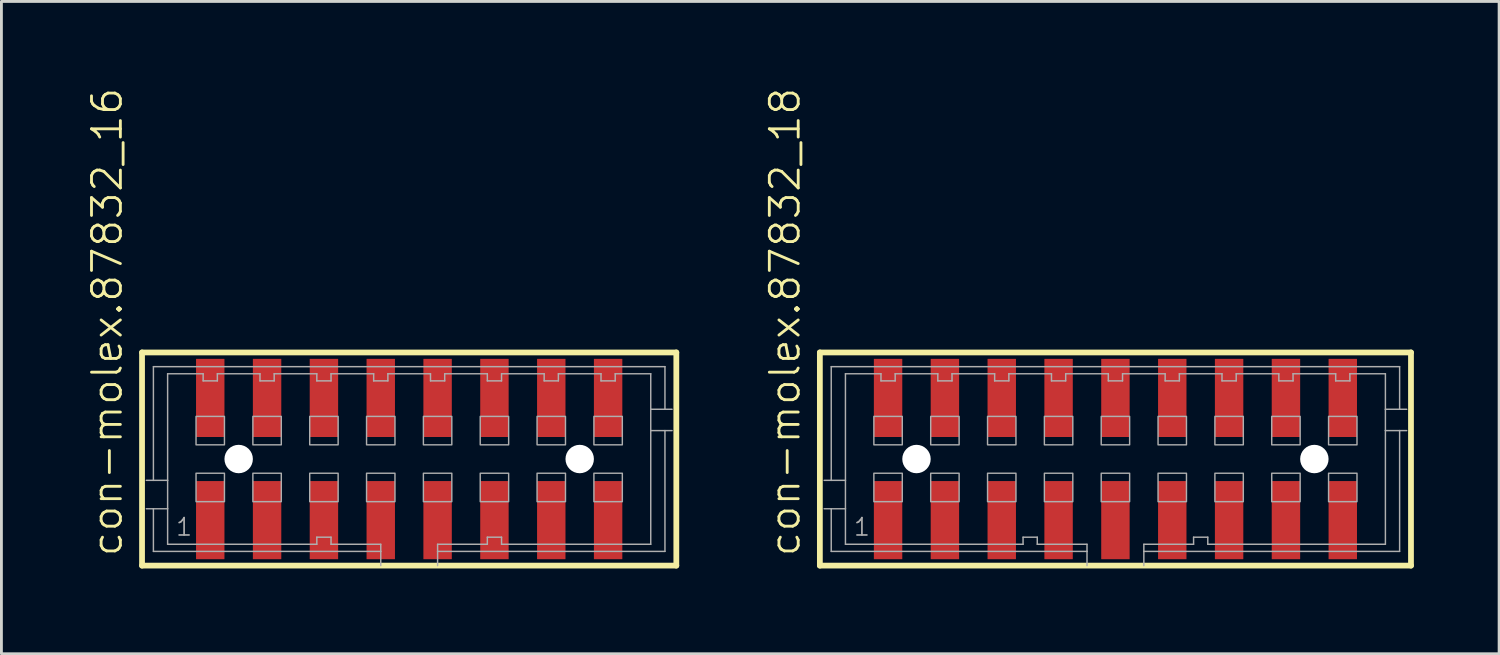
<source format=kicad_pcb>
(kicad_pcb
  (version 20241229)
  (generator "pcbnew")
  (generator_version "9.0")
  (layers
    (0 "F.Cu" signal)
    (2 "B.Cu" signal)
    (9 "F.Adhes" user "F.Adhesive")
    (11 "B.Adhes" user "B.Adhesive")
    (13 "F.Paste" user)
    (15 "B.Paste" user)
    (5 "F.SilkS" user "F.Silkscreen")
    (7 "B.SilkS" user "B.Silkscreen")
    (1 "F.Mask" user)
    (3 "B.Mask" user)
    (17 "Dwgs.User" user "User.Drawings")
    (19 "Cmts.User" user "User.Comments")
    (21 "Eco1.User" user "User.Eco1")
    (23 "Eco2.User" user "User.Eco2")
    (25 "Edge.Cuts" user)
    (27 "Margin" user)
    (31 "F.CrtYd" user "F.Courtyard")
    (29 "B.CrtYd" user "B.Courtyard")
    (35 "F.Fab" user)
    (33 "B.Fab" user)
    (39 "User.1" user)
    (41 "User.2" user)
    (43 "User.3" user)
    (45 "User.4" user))
  (footprint "con-molex.87832_16"
    (layer "F.Cu")
    (at 11.348 13.102)
    (property "Reference" "con-molex.87832_16" (at -10.033 3.493 90) (layer "F.SilkS") (effects (font (size 1.016 1.016) (thickness 0.1)) (justify left bottom)))
    (attr smd)
    (fp_line (start -9.4 -3.75) (end 9.4 -3.75) (stroke (width 0.203) (type default)) (layer "F.SilkS"))
    (fp_line (start -9.4 3.75) (end -9.4 -3.75) (stroke (width 0.203) (type default)) (layer "F.SilkS"))
    (fp_line (start 9.4 -3.75) (end 9.4 3.75) (stroke (width 0.203) (type default)) (layer "F.SilkS"))
    (fp_line (start 9.4 3.75) (end -9.4 3.75) (stroke (width 0.203) (type default)) (layer "F.SilkS"))
    (fp_line (start -9 -3.25) (end 9 -3.25) (stroke (width 0.051) (type default)) (layer "F.Fab"))
    (fp_line (start -9 0.75) (end -9.25 0.75) (stroke (width 0.051) (type default)) (layer "F.Fab"))
    (fp_line (start -9 0.75) (end -9 -3.25) (stroke (width 0.051) (type default)) (layer "F.Fab"))
    (fp_line (start -9 1.75) (end -9.25 1.75) (stroke (width 0.051) (type default)) (layer "F.Fab"))
    (fp_line (start -9 3.25) (end -9 1.75) (stroke (width 0.051) (type default)) (layer "F.Fab"))
    (fp_line (start -8.5 -3) (end -8.5 0.75) (stroke (width 0.051) (type default)) (layer "F.Fab"))
    (fp_line (start -8.5 0.75) (end -9 0.75) (stroke (width 0.051) (type default)) (layer "F.Fab"))
    (fp_line (start -8.5 0.75) (end -8.5 1.75) (stroke (width 0.051) (type default)) (layer "F.Fab"))
    (fp_line (start -8.5 1.75) (end -9 1.75) (stroke (width 0.051) (type default)) (layer "F.Fab"))
    (fp_line (start -8.5 1.75) (end -8.5 3) (stroke (width 0.051) (type default)) (layer "F.Fab"))
    (fp_line (start -8.5 3) (end -3.25 3) (stroke (width 0.051) (type default)) (layer "F.Fab"))
    (fp_line (start -7.25 -3) (end -8.5 -3) (stroke (width 0.051) (type default)) (layer "F.Fab"))
    (fp_line (start -7.25 -2.75) (end -7.25 -3) (stroke (width 0.051) (type default)) (layer "F.Fab"))
    (fp_line (start -6.75 -3) (end -6.75 -2.75) (stroke (width 0.051) (type default)) (layer "F.Fab"))
    (fp_line (start -6.75 -2.75) (end -7.25 -2.75) (stroke (width 0.051) (type default)) (layer "F.Fab"))
    (fp_line (start -5.25 -3) (end -6.75 -3) (stroke (width 0.051) (type default)) (layer "F.Fab"))
    (fp_line (start -5.25 -2.75) (end -5.25 -3) (stroke (width 0.051) (type default)) (layer "F.Fab"))
    (fp_line (start -4.75 -3) (end -4.75 -2.75) (stroke (width 0.051) (type default)) (layer "F.Fab"))
    (fp_line (start -4.75 -2.75) (end -5.25 -2.75) (stroke (width 0.051) (type default)) (layer "F.Fab"))
    (fp_line (start -3.25 -3) (end -4.75 -3) (stroke (width 0.051) (type default)) (layer "F.Fab"))
    (fp_line (start -3.25 -2.75) (end -3.25 -3) (stroke (width 0.051) (type default)) (layer "F.Fab"))
    (fp_line (start -3.25 2.75) (end -2.75 2.75) (stroke (width 0.051) (type default)) (layer "F.Fab"))
    (fp_line (start -3.25 3) (end -3.25 2.75) (stroke (width 0.051) (type default)) (layer "F.Fab"))
    (fp_line (start -2.75 -3) (end -2.75 -2.75) (stroke (width 0.051) (type default)) (layer "F.Fab"))
    (fp_line (start -2.75 -2.75) (end -3.25 -2.75) (stroke (width 0.051) (type default)) (layer "F.Fab"))
    (fp_line (start -2.75 2.75) (end -2.75 3) (stroke (width 0.051) (type default)) (layer "F.Fab"))
    (fp_line (start -2.75 3) (end -1 3) (stroke (width 0.051) (type default)) (layer "F.Fab"))
    (fp_line (start -1.25 -3) (end -2.75 -3) (stroke (width 0.051) (type default)) (layer "F.Fab"))
    (fp_line (start -1.25 -2.75) (end -1.25 -3) (stroke (width 0.051) (type default)) (layer "F.Fab"))
    (fp_line (start -1 3) (end -1 3.25) (stroke (width 0.051) (type default)) (layer "F.Fab"))
    (fp_line (start -1 3.25) (end -9 3.25) (stroke (width 0.051) (type default)) (layer "F.Fab"))
    (fp_line (start -1 3.25) (end -1 3.75) (stroke (width 0.051) (type default)) (layer "F.Fab"))
    (fp_line (start -0.75 -3) (end -0.75 -2.75) (stroke (width 0.051) (type default)) (layer "F.Fab"))
    (fp_line (start -0.75 -2.75) (end -1.25 -2.75) (stroke (width 0.051) (type default)) (layer "F.Fab"))
    (fp_line (start 0.75 -3) (end -0.75 -3) (stroke (width 0.051) (type default)) (layer "F.Fab"))
    (fp_line (start 0.75 -2.75) (end 0.75 -3) (stroke (width 0.051) (type default)) (layer "F.Fab"))
    (fp_line (start 1 3) (end 2.75 3) (stroke (width 0.051) (type default)) (layer "F.Fab"))
    (fp_line (start 1 3.25) (end 1 3) (stroke (width 0.051) (type default)) (layer "F.Fab"))
    (fp_line (start 1 3.75) (end 1 3.25) (stroke (width 0.051) (type default)) (layer "F.Fab"))
    (fp_line (start 1.25 -3) (end 1.25 -2.75) (stroke (width 0.051) (type default)) (layer "F.Fab"))
    (fp_line (start 1.25 -2.75) (end 0.75 -2.75) (stroke (width 0.051) (type default)) (layer "F.Fab"))
    (fp_line (start 2.75 -3) (end 1.25 -3) (stroke (width 0.051) (type default)) (layer "F.Fab"))
    (fp_line (start 2.75 -2.75) (end 2.75 -3) (stroke (width 0.051) (type default)) (layer "F.Fab"))
    (fp_line (start 2.75 2.75) (end 3.25 2.75) (stroke (width 0.051) (type default)) (layer "F.Fab"))
    (fp_line (start 2.75 3) (end 2.75 2.75) (stroke (width 0.051) (type default)) (layer "F.Fab"))
    (fp_line (start 3.25 -3) (end 3.25 -2.75) (stroke (width 0.051) (type default)) (layer "F.Fab"))
    (fp_line (start 3.25 -2.75) (end 2.75 -2.75) (stroke (width 0.051) (type default)) (layer "F.Fab"))
    (fp_line (start 3.25 2.75) (end 3.25 3) (stroke (width 0.051) (type default)) (layer "F.Fab"))
    (fp_line (start 3.25 3) (end 8.5 3) (stroke (width 0.051) (type default)) (layer "F.Fab"))
    (fp_line (start 4.75 -3) (end 3.25 -3) (stroke (width 0.051) (type default)) (layer "F.Fab"))
    (fp_line (start 4.75 -2.75) (end 4.75 -3) (stroke (width 0.051) (type default)) (layer "F.Fab"))
    (fp_line (start 5.25 -3) (end 5.25 -2.75) (stroke (width 0.051) (type default)) (layer "F.Fab"))
    (fp_line (start 5.25 -2.75) (end 4.75 -2.75) (stroke (width 0.051) (type default)) (layer "F.Fab"))
    (fp_line (start 6.75 -3) (end 5.25 -3) (stroke (width 0.051) (type default)) (layer "F.Fab"))
    (fp_line (start 6.75 -2.75) (end 6.75 -3) (stroke (width 0.051) (type default)) (layer "F.Fab"))
    (fp_line (start 7.25 -3) (end 7.25 -2.75) (stroke (width 0.051) (type default)) (layer "F.Fab"))
    (fp_line (start 7.25 -2.75) (end 6.75 -2.75) (stroke (width 0.051) (type default)) (layer "F.Fab"))
    (fp_line (start 8.5 -3) (end 7.25 -3) (stroke (width 0.051) (type default)) (layer "F.Fab"))
    (fp_line (start 8.5 -1.75) (end 8.5 -3) (stroke (width 0.051) (type default)) (layer "F.Fab"))
    (fp_line (start 8.5 -1.75) (end 9 -1.75) (stroke (width 0.051) (type default)) (layer "F.Fab"))
    (fp_line (start 8.5 -1) (end 8.5 -1.75) (stroke (width 0.051) (type default)) (layer "F.Fab"))
    (fp_line (start 8.5 -1) (end 9 -1) (stroke (width 0.051) (type default)) (layer "F.Fab"))
    (fp_line (start 8.5 3) (end 8.5 -1) (stroke (width 0.051) (type default)) (layer "F.Fab"))
    (fp_line (start 9 -3.25) (end 9 -1.75) (stroke (width 0.051) (type default)) (layer "F.Fab"))
    (fp_line (start 9 -1.75) (end 9.25 -1.75) (stroke (width 0.051) (type default)) (layer "F.Fab"))
    (fp_line (start 9 -1) (end 9 3.25) (stroke (width 0.051) (type default)) (layer "F.Fab"))
    (fp_line (start 9 -1) (end 9.25 -1) (stroke (width 0.051) (type default)) (layer "F.Fab"))
    (fp_line (start 9 3.25) (end 1 3.25) (stroke (width 0.051) (type default)) (layer "F.Fab"))
    (fp_rect (start -7.5 -0.5) (end -6.5 -1.5) (stroke (width 0.05) (type default)) (fill no) (layer "F.Fab"))
    (fp_rect (start -7.5 1.5) (end -6.5 0.5) (stroke (width 0.05) (type default)) (fill no) (layer "F.Fab"))
    (fp_rect (start -5.5 -0.5) (end -4.5 -1.5) (stroke (width 0.05) (type default)) (fill no) (layer "F.Fab"))
    (fp_rect (start -5.5 1.5) (end -4.5 0.5) (stroke (width 0.05) (type default)) (fill no) (layer "F.Fab"))
    (fp_rect (start -3.5 -0.5) (end -2.5 -1.5) (stroke (width 0.05) (type default)) (fill no) (layer "F.Fab"))
    (fp_rect (start -3.5 1.5) (end -2.5 0.5) (stroke (width 0.05) (type default)) (fill no) (layer "F.Fab"))
    (fp_rect (start -1.5 -0.5) (end -0.5 -1.5) (stroke (width 0.05) (type default)) (fill no) (layer "F.Fab"))
    (fp_rect (start -1.5 1.5) (end -0.5 0.5) (stroke (width 0.05) (type default)) (fill no) (layer "F.Fab"))
    (fp_rect (start 0.5 -0.5) (end 1.5 -1.5) (stroke (width 0.05) (type default)) (fill no) (layer "F.Fab"))
    (fp_rect (start 0.5 1.5) (end 1.5 0.5) (stroke (width 0.05) (type default)) (fill no) (layer "F.Fab"))
    (fp_rect (start 2.5 -0.5) (end 3.5 -1.5) (stroke (width 0.05) (type default)) (fill no) (layer "F.Fab"))
    (fp_rect (start 2.5 1.5) (end 3.5 0.5) (stroke (width 0.05) (type default)) (fill no) (layer "F.Fab"))
    (fp_rect (start 4.5 -0.5) (end 5.5 -1.5) (stroke (width 0.05) (type default)) (fill no) (layer "F.Fab"))
    (fp_rect (start 4.5 1.5) (end 5.5 0.5) (stroke (width 0.05) (type default)) (fill no) (layer "F.Fab"))
    (fp_rect (start 6.5 -0.5) (end 7.5 -1.5) (stroke (width 0.05) (type default)) (fill no) (layer "F.Fab"))
    (fp_rect (start 6.5 1.5) (end 7.5 0.5) (stroke (width 0.05) (type default)) (fill no) (layer "F.Fab"))
    (fp_text user "1" (at -8.25 2.75 0) (layer "F.Fab") (effects (font (size 0.61 0.61) (thickness 0.06)) (justify left bottom)))
    (pad "" np_thru_hole circle (at -6 0) (size 1 1) (drill 1) (layers "*.Cu" "*.Mask"))
    (pad "" np_thru_hole circle (at 6 0) (size 1 1) (drill 1) (layers "*.Cu" "*.Mask"))
    (pad "1" smd roundrect (at -7 2.15) (size 1 2.75) (layers "F.Cu" "F.Mask" "F.Paste") (roundrect_rratio 0.01))
    (pad "2" smd roundrect (at -7 -2.15) (size 1 2.75) (layers "F.Cu" "F.Mask" "F.Paste") (roundrect_rratio 0.01))
    (pad "3" smd roundrect (at -5 2.15) (size 1 2.75) (layers "F.Cu" "F.Mask" "F.Paste") (roundrect_rratio 0.01))
    (pad "4" smd roundrect (at -5 -2.15) (size 1 2.75) (layers "F.Cu" "F.Mask" "F.Paste") (roundrect_rratio 0.01))
    (pad "5" smd roundrect (at -3 2.15) (size 1 2.75) (layers "F.Cu" "F.Mask" "F.Paste") (roundrect_rratio 0.01))
    (pad "6" smd roundrect (at -3 -2.15) (size 1 2.75) (layers "F.Cu" "F.Mask" "F.Paste") (roundrect_rratio 0.01))
    (pad "7" smd roundrect (at -1 2.15) (size 1 2.75) (layers "F.Cu" "F.Mask" "F.Paste") (roundrect_rratio 0.01))
    (pad "8" smd roundrect (at -1 -2.15) (size 1 2.75) (layers "F.Cu" "F.Mask" "F.Paste") (roundrect_rratio 0.01))
    (pad "9" smd roundrect (at 1 2.15 180) (size 1 2.75) (layers "F.Cu" "F.Mask" "F.Paste") (roundrect_rratio 0.01))
    (pad "10" smd roundrect (at 1 -2.15 180) (size 1 2.75) (layers "F.Cu" "F.Mask" "F.Paste") (roundrect_rratio 0.01))
    (pad "11" smd roundrect (at 3 2.15) (size 1 2.75) (layers "F.Cu" "F.Mask" "F.Paste") (roundrect_rratio 0.01))
    (pad "12" smd roundrect (at 3 -2.15) (size 1 2.75) (layers "F.Cu" "F.Mask" "F.Paste") (roundrect_rratio 0.01))
    (pad "13" smd roundrect (at 5 2.15) (size 1 2.75) (layers "F.Cu" "F.Mask" "F.Paste") (roundrect_rratio 0.01))
    (pad "14" smd roundrect (at 5 -2.15) (size 1 2.75) (layers "F.Cu" "F.Mask" "F.Paste") (roundrect_rratio 0.01))
    (pad "15" smd roundrect (at 7 2.15 180) (size 1 2.75) (layers "F.Cu" "F.Mask" "F.Paste") (roundrect_rratio 0.01))
    (pad "16" smd roundrect (at 7 -2.15) (size 1 2.75) (layers "F.Cu" "F.Mask" "F.Paste") (roundrect_rratio 0.01)))
  (footprint "con-molex.87832_18"
    (layer "F.Cu")
    (at 36.199 13.102)
    (property "Reference" "con-molex.87832_18" (at -11.033 3.493 90) (layer "F.SilkS") (effects (font (size 1.016 1.016) (thickness 0.1)) (justify left bottom)))
    (attr smd)
    (fp_line (start -10.4 -3.75) (end 10.4 -3.75) (stroke (width 0.203) (type default)) (layer "F.SilkS"))
    (fp_line (start -10.4 3.75) (end -10.4 -3.75) (stroke (width 0.203) (type default)) (layer "F.SilkS"))
    (fp_line (start 10.4 -3.75) (end 10.4 3.75) (stroke (width 0.203) (type default)) (layer "F.SilkS"))
    (fp_line (start 10.4 3.75) (end -10.4 3.75) (stroke (width 0.203) (type default)) (layer "F.SilkS"))
    (fp_line (start -10 -3.25) (end 10 -3.25) (stroke (width 0.051) (type default)) (layer "F.Fab"))
    (fp_line (start -10 0.75) (end -10.25 0.75) (stroke (width 0.051) (type default)) (layer "F.Fab"))
    (fp_line (start -10 0.75) (end -10 -3.25) (stroke (width 0.051) (type default)) (layer "F.Fab"))
    (fp_line (start -10 1.75) (end -10.25 1.75) (stroke (width 0.051) (type default)) (layer "F.Fab"))
    (fp_line (start -10 3.25) (end -10 1.75) (stroke (width 0.051) (type default)) (layer "F.Fab"))
    (fp_line (start -9.5 -3) (end -9.5 0.75) (stroke (width 0.051) (type default)) (layer "F.Fab"))
    (fp_line (start -9.5 0.75) (end -10 0.75) (stroke (width 0.051) (type default)) (layer "F.Fab"))
    (fp_line (start -9.5 0.75) (end -9.5 1.75) (stroke (width 0.051) (type default)) (layer "F.Fab"))
    (fp_line (start -9.5 1.75) (end -10 1.75) (stroke (width 0.051) (type default)) (layer "F.Fab"))
    (fp_line (start -9.5 1.75) (end -9.5 3) (stroke (width 0.051) (type default)) (layer "F.Fab"))
    (fp_line (start -9.5 3) (end -3.25 3) (stroke (width 0.051) (type default)) (layer "F.Fab"))
    (fp_line (start -8.25 -3) (end -9.5 -3) (stroke (width 0.051) (type default)) (layer "F.Fab"))
    (fp_line (start -8.25 -2.75) (end -8.25 -3) (stroke (width 0.051) (type default)) (layer "F.Fab"))
    (fp_line (start -7.75 -3) (end -7.75 -2.75) (stroke (width 0.051) (type default)) (layer "F.Fab"))
    (fp_line (start -7.75 -2.75) (end -8.25 -2.75) (stroke (width 0.051) (type default)) (layer "F.Fab"))
    (fp_line (start -6.25 -3) (end -7.75 -3) (stroke (width 0.051) (type default)) (layer "F.Fab"))
    (fp_line (start -6.25 -2.75) (end -6.25 -3) (stroke (width 0.051) (type default)) (layer "F.Fab"))
    (fp_line (start -5.75 -3) (end -5.75 -2.75) (stroke (width 0.051) (type default)) (layer "F.Fab"))
    (fp_line (start -5.75 -2.75) (end -6.25 -2.75) (stroke (width 0.051) (type default)) (layer "F.Fab"))
    (fp_line (start -4.25 -3) (end -5.75 -3) (stroke (width 0.051) (type default)) (layer "F.Fab"))
    (fp_line (start -4.25 -2.75) (end -4.25 -3) (stroke (width 0.051) (type default)) (layer "F.Fab"))
    (fp_line (start -3.75 -3) (end -3.75 -2.75) (stroke (width 0.051) (type default)) (layer "F.Fab"))
    (fp_line (start -3.75 -2.75) (end -4.25 -2.75) (stroke (width 0.051) (type default)) (layer "F.Fab"))
    (fp_line (start -3.25 2.75) (end -2.75 2.75) (stroke (width 0.051) (type default)) (layer "F.Fab"))
    (fp_line (start -3.25 3) (end -3.25 2.75) (stroke (width 0.051) (type default)) (layer "F.Fab"))
    (fp_line (start -2.75 2.75) (end -2.75 3) (stroke (width 0.051) (type default)) (layer "F.Fab"))
    (fp_line (start -2.75 3) (end -1 3) (stroke (width 0.051) (type default)) (layer "F.Fab"))
    (fp_line (start -2.25 -3) (end -3.75 -3) (stroke (width 0.051) (type default)) (layer "F.Fab"))
    (fp_line (start -2.25 -2.75) (end -2.25 -3) (stroke (width 0.051) (type default)) (layer "F.Fab"))
    (fp_line (start -1.75 -3) (end -1.75 -2.75) (stroke (width 0.051) (type default)) (layer "F.Fab"))
    (fp_line (start -1.75 -2.75) (end -2.25 -2.75) (stroke (width 0.051) (type default)) (layer "F.Fab"))
    (fp_line (start -1 3) (end -1 3.25) (stroke (width 0.051) (type default)) (layer "F.Fab"))
    (fp_line (start -1 3.25) (end -10 3.25) (stroke (width 0.051) (type default)) (layer "F.Fab"))
    (fp_line (start -1 3.25) (end -1 3.75) (stroke (width 0.051) (type default)) (layer "F.Fab"))
    (fp_line (start -0.25 -3) (end -1.75 -3) (stroke (width 0.051) (type default)) (layer "F.Fab"))
    (fp_line (start -0.25 -2.75) (end -0.25 -3) (stroke (width 0.051) (type default)) (layer "F.Fab"))
    (fp_line (start 0.25 -3) (end 0.25 -2.75) (stroke (width 0.051) (type default)) (layer "F.Fab"))
    (fp_line (start 0.25 -2.75) (end -0.25 -2.75) (stroke (width 0.051) (type default)) (layer "F.Fab"))
    (fp_line (start 1 3) (end 2.75 3) (stroke (width 0.051) (type default)) (layer "F.Fab"))
    (fp_line (start 1 3.25) (end 1 3) (stroke (width 0.051) (type default)) (layer "F.Fab"))
    (fp_line (start 1 3.75) (end 1 3.25) (stroke (width 0.051) (type default)) (layer "F.Fab"))
    (fp_line (start 1.75 -3) (end 0.25 -3) (stroke (width 0.051) (type default)) (layer "F.Fab"))
    (fp_line (start 1.75 -2.75) (end 1.75 -3) (stroke (width 0.051) (type default)) (layer "F.Fab"))
    (fp_line (start 2.25 -3) (end 2.25 -2.75) (stroke (width 0.051) (type default)) (layer "F.Fab"))
    (fp_line (start 2.25 -2.75) (end 1.75 -2.75) (stroke (width 0.051) (type default)) (layer "F.Fab"))
    (fp_line (start 2.75 2.75) (end 3.25 2.75) (stroke (width 0.051) (type default)) (layer "F.Fab"))
    (fp_line (start 2.75 3) (end 2.75 2.75) (stroke (width 0.051) (type default)) (layer "F.Fab"))
    (fp_line (start 3.25 2.75) (end 3.25 3) (stroke (width 0.051) (type default)) (layer "F.Fab"))
    (fp_line (start 3.25 3) (end 9.5 3) (stroke (width 0.051) (type default)) (layer "F.Fab"))
    (fp_line (start 3.75 -3) (end 2.25 -3) (stroke (width 0.051) (type default)) (layer "F.Fab"))
    (fp_line (start 3.75 -2.75) (end 3.75 -3) (stroke (width 0.051) (type default)) (layer "F.Fab"))
    (fp_line (start 4.25 -3) (end 4.25 -2.75) (stroke (width 0.051) (type default)) (layer "F.Fab"))
    (fp_line (start 4.25 -2.75) (end 3.75 -2.75) (stroke (width 0.051) (type default)) (layer "F.Fab"))
    (fp_line (start 5.75 -3) (end 4.25 -3) (stroke (width 0.051) (type default)) (layer "F.Fab"))
    (fp_line (start 5.75 -2.75) (end 5.75 -3) (stroke (width 0.051) (type default)) (layer "F.Fab"))
    (fp_line (start 6.25 -3) (end 6.25 -2.75) (stroke (width 0.051) (type default)) (layer "F.Fab"))
    (fp_line (start 6.25 -2.75) (end 5.75 -2.75) (stroke (width 0.051) (type default)) (layer "F.Fab"))
    (fp_line (start 7.75 -3) (end 6.25 -3) (stroke (width 0.051) (type default)) (layer "F.Fab"))
    (fp_line (start 7.75 -2.75) (end 7.75 -3) (stroke (width 0.051) (type default)) (layer "F.Fab"))
    (fp_line (start 8.25 -3) (end 8.25 -2.75) (stroke (width 0.051) (type default)) (layer "F.Fab"))
    (fp_line (start 8.25 -2.75) (end 7.75 -2.75) (stroke (width 0.051) (type default)) (layer "F.Fab"))
    (fp_line (start 9.5 -3) (end 8.25 -3) (stroke (width 0.051) (type default)) (layer "F.Fab"))
    (fp_line (start 9.5 -1.75) (end 9.5 -3) (stroke (width 0.051) (type default)) (layer "F.Fab"))
    (fp_line (start 9.5 -1.75) (end 10 -1.75) (stroke (width 0.051) (type default)) (layer "F.Fab"))
    (fp_line (start 9.5 -1) (end 9.5 -1.75) (stroke (width 0.051) (type default)) (layer "F.Fab"))
    (fp_line (start 9.5 -1) (end 10 -1) (stroke (width 0.051) (type default)) (layer "F.Fab"))
    (fp_line (start 9.5 3) (end 9.5 -1) (stroke (width 0.051) (type default)) (layer "F.Fab"))
    (fp_line (start 10 -3.25) (end 10 -1.75) (stroke (width 0.051) (type default)) (layer "F.Fab"))
    (fp_line (start 10 -1.75) (end 10.25 -1.75) (stroke (width 0.051) (type default)) (layer "F.Fab"))
    (fp_line (start 10 -1) (end 10 3.25) (stroke (width 0.051) (type default)) (layer "F.Fab"))
    (fp_line (start 10 -1) (end 10.25 -1) (stroke (width 0.051) (type default)) (layer "F.Fab"))
    (fp_line (start 10 3.25) (end 1 3.25) (stroke (width 0.051) (type default)) (layer "F.Fab"))
    (fp_rect (start -8.5 -0.5) (end -7.5 -1.5) (stroke (width 0.05) (type default)) (fill no) (layer "F.Fab"))
    (fp_rect (start -8.5 1.5) (end -7.5 0.5) (stroke (width 0.05) (type default)) (fill no) (layer "F.Fab"))
    (fp_rect (start -6.5 -0.5) (end -5.5 -1.5) (stroke (width 0.05) (type default)) (fill no) (layer "F.Fab"))
    (fp_rect (start -6.5 1.5) (end -5.5 0.5) (stroke (width 0.05) (type default)) (fill no) (layer "F.Fab"))
    (fp_rect (start -4.5 -0.5) (end -3.5 -1.5) (stroke (width 0.05) (type default)) (fill no) (layer "F.Fab"))
    (fp_rect (start -4.5 1.5) (end -3.5 0.5) (stroke (width 0.05) (type default)) (fill no) (layer "F.Fab"))
    (fp_rect (start -2.5 -0.5) (end -1.5 -1.5) (stroke (width 0.05) (type default)) (fill no) (layer "F.Fab"))
    (fp_rect (start -2.5 1.5) (end -1.5 0.5) (stroke (width 0.05) (type default)) (fill no) (layer "F.Fab"))
    (fp_rect (start -0.5 -0.5) (end 0.5 -1.5) (stroke (width 0.05) (type default)) (fill no) (layer "F.Fab"))
    (fp_rect (start -0.5 1.5) (end 0.5 0.5) (stroke (width 0.05) (type default)) (fill no) (layer "F.Fab"))
    (fp_rect (start 1.5 -0.5) (end 2.5 -1.5) (stroke (width 0.05) (type default)) (fill no) (layer "F.Fab"))
    (fp_rect (start 1.5 1.5) (end 2.5 0.5) (stroke (width 0.05) (type default)) (fill no) (layer "F.Fab"))
    (fp_rect (start 3.5 -0.5) (end 4.5 -1.5) (stroke (width 0.05) (type default)) (fill no) (layer "F.Fab"))
    (fp_rect (start 3.5 1.5) (end 4.5 0.5) (stroke (width 0.05) (type default)) (fill no) (layer "F.Fab"))
    (fp_rect (start 5.5 -0.5) (end 6.5 -1.5) (stroke (width 0.05) (type default)) (fill no) (layer "F.Fab"))
    (fp_rect (start 5.5 1.5) (end 6.5 0.5) (stroke (width 0.05) (type default)) (fill no) (layer "F.Fab"))
    (fp_rect (start 7.5 -0.5) (end 8.5 -1.5) (stroke (width 0.05) (type default)) (fill no) (layer "F.Fab"))
    (fp_rect (start 7.5 1.5) (end 8.5 0.5) (stroke (width 0.05) (type default)) (fill no) (layer "F.Fab"))
    (fp_text user "1" (at -9.25 2.75 0) (layer "F.Fab") (effects (font (size 0.61 0.61) (thickness 0.06)) (justify left bottom)))
    (pad "" np_thru_hole circle (at -7 0) (size 1 1) (drill 1) (layers "*.Cu" "*.Mask"))
    (pad "" np_thru_hole circle (at 7 0) (size 1 1) (drill 1) (layers "*.Cu" "*.Mask"))
    (pad "1" smd roundrect (at -8 2.15) (size 1 2.75) (layers "F.Cu" "F.Mask" "F.Paste") (roundrect_rratio 0.01))
    (pad "2" smd roundrect (at -8 -2.15) (size 1 2.75) (layers "F.Cu" "F.Mask" "F.Paste") (roundrect_rratio 0.01))
    (pad "3" smd roundrect (at -6 2.15) (size 1 2.75) (layers "F.Cu" "F.Mask" "F.Paste") (roundrect_rratio 0.01))
    (pad "4" smd roundrect (at -6 -2.15) (size 1 2.75) (layers "F.Cu" "F.Mask" "F.Paste") (roundrect_rratio 0.01))
    (pad "5" smd roundrect (at -4 2.15) (size 1 2.75) (layers "F.Cu" "F.Mask" "F.Paste") (roundrect_rratio 0.01))
    (pad "6" smd roundrect (at -4 -2.15) (size 1 2.75) (layers "F.Cu" "F.Mask" "F.Paste") (roundrect_rratio 0.01))
    (pad "7" smd roundrect (at -2 2.15) (size 1 2.75) (layers "F.Cu" "F.Mask" "F.Paste") (roundrect_rratio 0.01))
    (pad "8" smd roundrect (at -2 -2.15) (size 1 2.75) (layers "F.Cu" "F.Mask" "F.Paste") (roundrect_rratio 0.01))
    (pad "9" smd roundrect (at 0 2.15 180) (size 1 2.75) (layers "F.Cu" "F.Mask" "F.Paste") (roundrect_rratio 0.01))
    (pad "10" smd roundrect (at 0 -2.15 180) (size 1 2.75) (layers "F.Cu" "F.Mask" "F.Paste") (roundrect_rratio 0.01))
    (pad "11" smd roundrect (at 2 2.15) (size 1 2.75) (layers "F.Cu" "F.Mask" "F.Paste") (roundrect_rratio 0.01))
    (pad "12" smd roundrect (at 2 -2.15) (size 1 2.75) (layers "F.Cu" "F.Mask" "F.Paste") (roundrect_rratio 0.01))
    (pad "13" smd roundrect (at 4 2.15) (size 1 2.75) (layers "F.Cu" "F.Mask" "F.Paste") (roundrect_rratio 0.01))
    (pad "14" smd roundrect (at 4 -2.15) (size 1 2.75) (layers "F.Cu" "F.Mask" "F.Paste") (roundrect_rratio 0.01))
    (pad "15" smd roundrect (at 6 2.15 180) (size 1 2.75) (layers "F.Cu" "F.Mask" "F.Paste") (roundrect_rratio 0.01))
    (pad "16" smd roundrect (at 6 -2.15) (size 1 2.75) (layers "F.Cu" "F.Mask" "F.Paste") (roundrect_rratio 0.01))
    (pad "17" smd roundrect (at 8 2.15 180) (size 1 2.75) (layers "F.Cu" "F.Mask" "F.Paste") (roundrect_rratio 0.01))
    (pad "18" smd roundrect (at 8 -2.15) (size 1 2.75) (layers "F.Cu" "F.Mask" "F.Paste") (roundrect_rratio 0.01)))
  (gr_rect
    (start -3 -3)
    (end 49.7 19.954)
    (stroke (width 0.1) (type default))
    (fill no)
    (layer "Edge.Cuts")))
</source>
